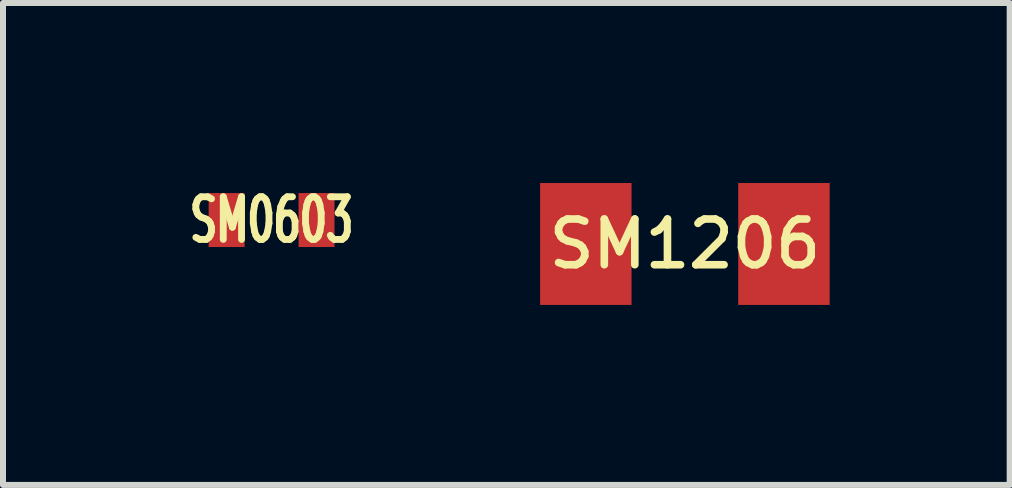
<source format=kicad_pcb>
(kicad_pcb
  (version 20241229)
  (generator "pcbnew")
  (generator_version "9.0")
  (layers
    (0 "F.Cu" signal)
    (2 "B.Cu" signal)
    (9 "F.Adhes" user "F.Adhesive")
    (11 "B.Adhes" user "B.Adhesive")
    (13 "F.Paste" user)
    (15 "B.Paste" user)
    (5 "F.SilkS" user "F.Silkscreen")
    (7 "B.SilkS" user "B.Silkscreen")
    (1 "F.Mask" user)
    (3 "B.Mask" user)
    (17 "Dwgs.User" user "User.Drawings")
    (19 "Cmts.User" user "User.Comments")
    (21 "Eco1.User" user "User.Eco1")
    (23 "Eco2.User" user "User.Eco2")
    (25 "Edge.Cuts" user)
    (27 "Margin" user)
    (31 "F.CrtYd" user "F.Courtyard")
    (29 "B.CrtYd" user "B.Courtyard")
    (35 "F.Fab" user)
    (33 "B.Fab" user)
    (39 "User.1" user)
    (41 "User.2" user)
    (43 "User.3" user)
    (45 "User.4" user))
  (footprint "SM1206"
    (layer "F.Cu")
    (at 8.364 1.016)
    (property "Reference" "SM1206" (at 0 0 0) (layer "F.SilkS") (effects (font (size 0.762 0.762) (thickness 0.127))))
    (attr smd)
    (pad "1" smd rect (at -1.651 0) (size 1.524 2.032) (layers "F.Cu" "F.Mask" "F.Paste"))
    (pad "2" smd rect (at 1.651 0) (size 1.524 2.032) (layers "F.Cu" "F.Mask" "F.Paste")))
  (footprint "SM0603"
    (layer "F.Cu")
    (at 1.476 0.617)
    (property "Reference" "SM0603" (at 0 0 0) (layer "F.SilkS") (effects (font (size 0.711 0.457) (thickness 0.114))))
    (attr smd)
    (pad "1" smd rect (at -0.749 0) (size 0.599 0.899) (layers "F.Cu" "F.Mask" "F.Paste"))
    (pad "2" smd rect (at 0.749 0) (size 0.599 0.899) (layers "F.Cu" "F.Mask" "F.Paste")))
  (gr_rect
    (start -3 -3)
    (end 13.777 5.032)
    (stroke (width 0.1) (type default))
    (fill no)
    (layer "Edge.Cuts")))
</source>
